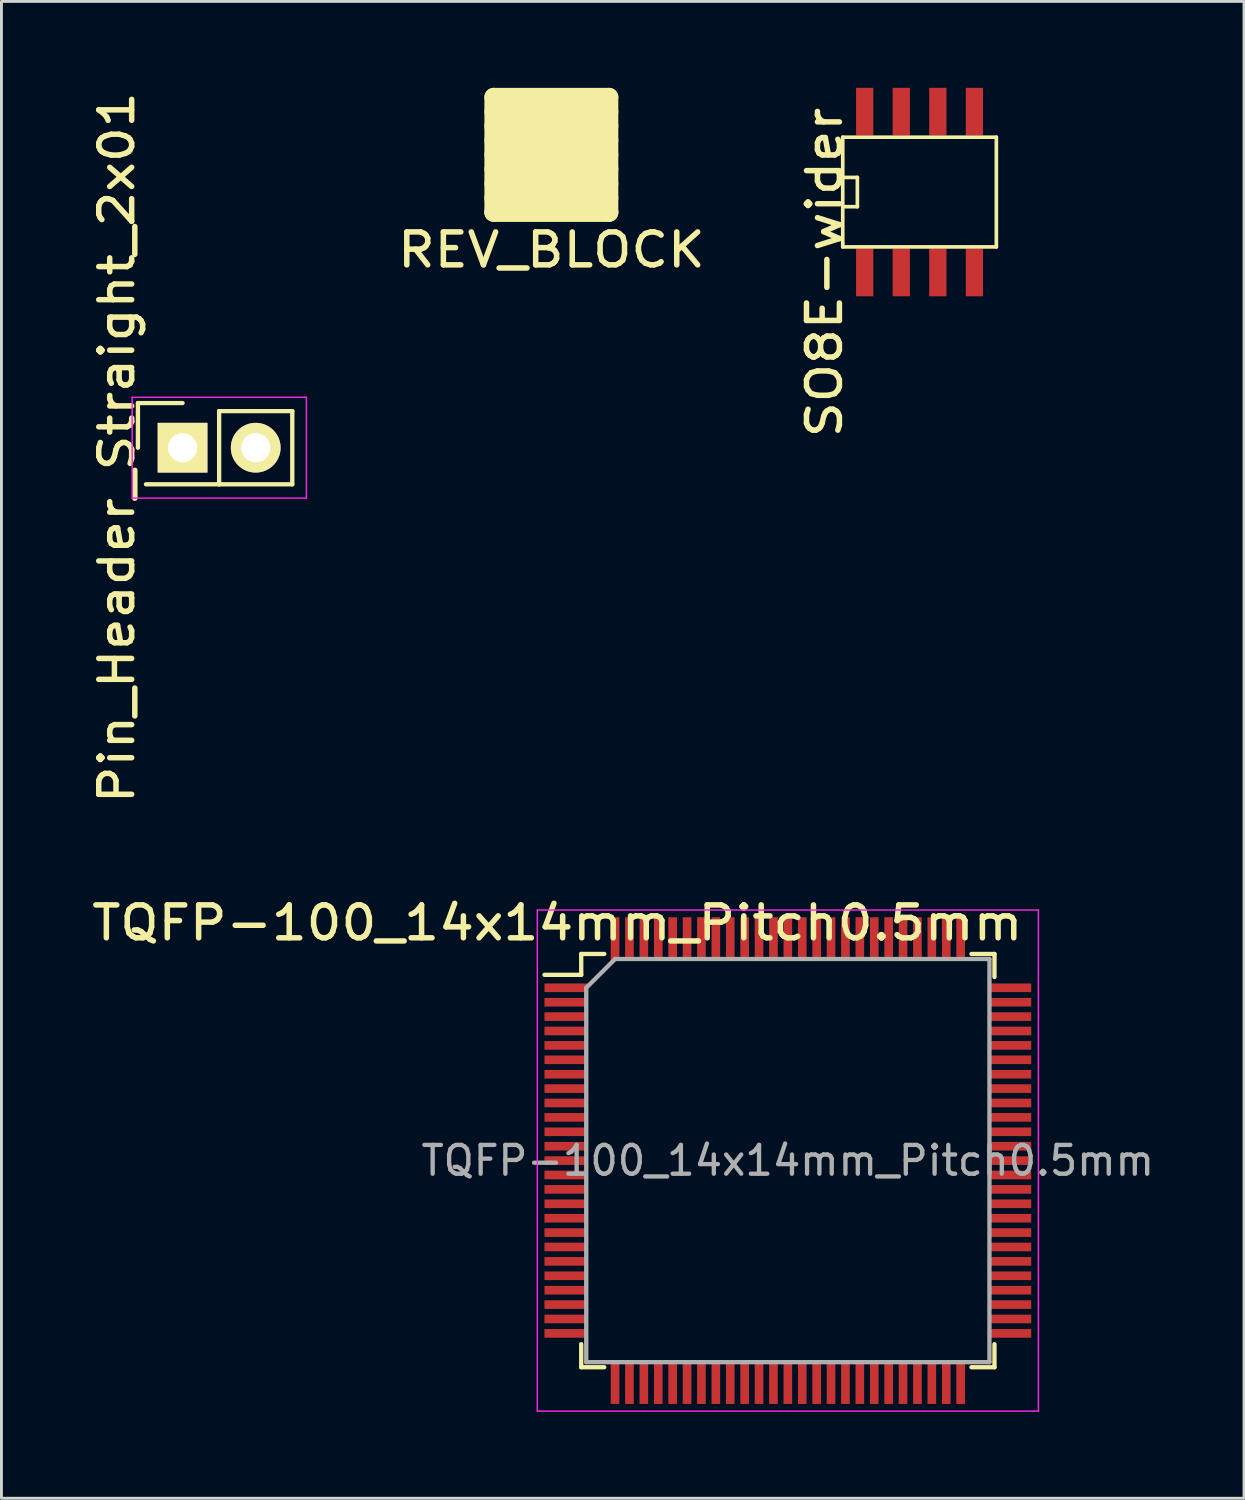
<source format=kicad_pcb>
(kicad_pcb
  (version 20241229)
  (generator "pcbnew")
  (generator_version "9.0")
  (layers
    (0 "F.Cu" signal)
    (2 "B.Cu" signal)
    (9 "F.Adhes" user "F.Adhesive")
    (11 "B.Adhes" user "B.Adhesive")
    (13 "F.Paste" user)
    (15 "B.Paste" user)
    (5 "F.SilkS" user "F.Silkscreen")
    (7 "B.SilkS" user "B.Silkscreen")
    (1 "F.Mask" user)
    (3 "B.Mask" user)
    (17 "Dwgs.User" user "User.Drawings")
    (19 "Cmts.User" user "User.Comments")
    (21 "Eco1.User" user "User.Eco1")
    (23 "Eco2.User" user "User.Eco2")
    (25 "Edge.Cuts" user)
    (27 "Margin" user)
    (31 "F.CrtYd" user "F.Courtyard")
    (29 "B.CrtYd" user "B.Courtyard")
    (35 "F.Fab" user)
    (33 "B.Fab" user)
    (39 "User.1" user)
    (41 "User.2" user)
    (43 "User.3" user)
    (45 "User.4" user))
  (footprint "REV_BLOCK"
    (layer "F.Cu")
    (at 16.095 2.325)
    (property "Reference" "REV_BLOCK" (at 0 3.302 0) (layer "F.SilkS") (effects (font (size 1.143 1.27) (thickness 0.191))))
    (attr through_hole)
    (fp_line (start -2 -2) (end 2 -2) (stroke (width 0.15) (type solid)) (layer "F.SilkS"))
    (fp_line (start -2 -2) (end 2 -2) (stroke (width 0.65) (type solid)) (layer "F.SilkS"))
    (fp_line (start -2 -1.5) (end 2 -1.5) (stroke (width 0.65) (type solid)) (layer "F.SilkS"))
    (fp_line (start -2 -1) (end 2 -1) (stroke (width 0.65) (type solid)) (layer "F.SilkS"))
    (fp_line (start -2 -0.5) (end 2 -0.5) (stroke (width 0.65) (type solid)) (layer "F.SilkS"))
    (fp_line (start -2 0) (end 2 0) (stroke (width 0.65) (type solid)) (layer "F.SilkS"))
    (fp_line (start -2 0.5) (end 2 0.5) (stroke (width 0.65) (type solid)) (layer "F.SilkS"))
    (fp_line (start -2 1) (end 2 1) (stroke (width 0.65) (type solid)) (layer "F.SilkS"))
    (fp_line (start -2 1.5) (end 2 1.5) (stroke (width 0.65) (type solid)) (layer "F.SilkS"))
    (fp_line (start -2 2) (end -2 -2) (stroke (width 0.15) (type solid)) (layer "F.SilkS"))
    (fp_line (start -2 2) (end -2 -2) (stroke (width 0.65) (type solid)) (layer "F.SilkS"))
    (fp_line (start -2 2) (end 2 2) (stroke (width 0.65) (type solid)) (layer "F.SilkS"))
    (fp_line (start 2 -2) (end 2 2) (stroke (width 0.15) (type solid)) (layer "F.SilkS"))
    (fp_line (start 2 -2) (end 2 2) (stroke (width 0.65) (type solid)) (layer "F.SilkS"))
    (fp_line (start 2 2) (end -2 2) (stroke (width 0.15) (type solid)) (layer "F.SilkS"))
    (fp_line (start 2 2) (end -2 2) (stroke (width 0.65) (type solid)) (layer "F.SilkS")))
  (footprint "SO8E-wider"
    (layer "F.Cu")
    (at 28.88 3.619)
    (property "Reference" "SO8E-wider" (at -3.302 2.794 90) (layer "F.SilkS") (effects (font (size 1.143 1.27) (thickness 0.191))))
    (attr smd)
    (fp_line (start -2.667 -1.905) (end -2.667 1.778) (stroke (width 0.127) (type solid)) (layer "F.SilkS"))
    (fp_line (start -2.667 -0.508) (end -2.159 -0.508) (stroke (width 0.127) (type solid)) (layer "F.SilkS"))
    (fp_line (start -2.667 1.778) (end -2.667 1.905) (stroke (width 0.127) (type solid)) (layer "F.SilkS"))
    (fp_line (start -2.667 1.905) (end 2.667 1.905) (stroke (width 0.127) (type solid)) (layer "F.SilkS"))
    (fp_line (start -2.159 -0.508) (end -2.159 0.508) (stroke (width 0.127) (type solid)) (layer "F.SilkS"))
    (fp_line (start -2.159 0.508) (end -2.667 0.508) (stroke (width 0.127) (type solid)) (layer "F.SilkS"))
    (fp_line (start 2.667 -1.905) (end -2.667 -1.905) (stroke (width 0.127) (type solid)) (layer "F.SilkS"))
    (fp_line (start 2.667 -1.905) (end 2.667 1.905) (stroke (width 0.127) (type solid)) (layer "F.SilkS"))
    (pad "1" smd rect (at -1.905 2.794) (size 0.599 1.651) (layers "F.Cu" "F.Mask"))
    (pad "2" smd rect (at -0.635 2.794) (size 0.599 1.651) (layers "F.Cu" "F.Mask"))
    (pad "3" smd rect (at 0.635 2.794) (size 0.599 1.651) (layers "F.Cu" "F.Mask"))
    (pad "4" smd rect (at 1.905 2.794) (size 0.599 1.651) (layers "F.Cu" "F.Mask"))
    (pad "5" smd rect (at 1.905 -2.794) (size 0.599 1.651) (layers "F.Cu" "F.Mask"))
    (pad "6" smd rect (at 0.635 -2.794) (size 0.599 1.651) (layers "F.Cu" "F.Mask"))
    (pad "7" smd rect (at -0.635 -2.794) (size 0.599 1.651) (layers "F.Cu" "F.Mask"))
    (pad "8" smd rect (at -1.905 -2.794) (size 0.599 1.651) (layers "F.Cu" "F.Mask")))
  (footprint "TQFP-100_14x14mm_Pitch0.5mm"
    (layer "F.Cu")
    (at 24.307 37.25)
    (property "Reference" "TQFP-100_14x14mm_Pitch0.5mm" (at -8.001 -8.255 0) (layer "F.SilkS") (effects (font (size 1.143 1.27) (thickness 0.191))))
    (attr smd)
    (fp_line (start -7.175 -7.175) (end -7.175 -6.45) (stroke (width 0.15) (type solid)) (layer "F.SilkS"))
    (fp_line (start -7.175 -7.175) (end -6.375 -7.175) (stroke (width 0.15) (type solid)) (layer "F.SilkS"))
    (fp_line (start -7.175 -6.45) (end -8.45 -6.45) (stroke (width 0.15) (type solid)) (layer "F.SilkS"))
    (fp_line (start -7.175 7.175) (end -7.175 6.375) (stroke (width 0.15) (type solid)) (layer "F.SilkS"))
    (fp_line (start -7.175 7.175) (end -6.375 7.175) (stroke (width 0.15) (type solid)) (layer "F.SilkS"))
    (fp_line (start 7.175 -7.175) (end 6.375 -7.175) (stroke (width 0.15) (type solid)) (layer "F.SilkS"))
    (fp_line (start 7.175 -7.175) (end 7.175 -6.375) (stroke (width 0.15) (type solid)) (layer "F.SilkS"))
    (fp_line (start 7.175 7.175) (end 6.375 7.175) (stroke (width 0.15) (type solid)) (layer "F.SilkS"))
    (fp_line (start 7.175 7.175) (end 7.175 6.375) (stroke (width 0.15) (type solid)) (layer "F.SilkS"))
    (fp_line (start -8.7 -8.7) (end -8.7 8.7) (stroke (width 0.05) (type solid)) (layer "F.CrtYd"))
    (fp_line (start -8.7 -8.7) (end 8.7 -8.7) (stroke (width 0.05) (type solid)) (layer "F.CrtYd"))
    (fp_line (start -8.7 8.7) (end 8.7 8.7) (stroke (width 0.05) (type solid)) (layer "F.CrtYd"))
    (fp_line (start 8.7 -8.7) (end 8.7 8.7) (stroke (width 0.05) (type solid)) (layer "F.CrtYd"))
    (fp_line (start -7 -6) (end -6 -7) (stroke (width 0.15) (type solid)) (layer "F.Fab"))
    (fp_line (start -7 7) (end -7 -6) (stroke (width 0.15) (type solid)) (layer "F.Fab"))
    (fp_line (start -6 -7) (end 7 -7) (stroke (width 0.15) (type solid)) (layer "F.Fab"))
    (fp_line (start 7 -7) (end 7 7) (stroke (width 0.15) (type solid)) (layer "F.Fab"))
    (fp_line (start 7 7) (end -7 7) (stroke (width 0.15) (type solid)) (layer "F.Fab"))
    (fp_text user "${REFERENCE}" (at 0 0 0) (layer "F.Fab") (effects (font (size 1 1) (thickness 0.15))))
    (pad "1" smd rect (at -7.7 -6) (size 1.5 0.3) (layers "F.Cu" "F.Mask"))
    (pad "2" smd rect (at -7.7 -5.5) (size 1.5 0.3) (layers "F.Cu" "F.Mask"))
    (pad "3" smd rect (at -7.7 -5) (size 1.5 0.3) (layers "F.Cu" "F.Mask"))
    (pad "4" smd rect (at -7.7 -4.5) (size 1.5 0.3) (layers "F.Cu" "F.Mask"))
    (pad "5" smd rect (at -7.7 -4) (size 1.5 0.3) (layers "F.Cu" "F.Mask"))
    (pad "6" smd rect (at -7.7 -3.5) (size 1.5 0.3) (layers "F.Cu" "F.Mask"))
    (pad "7" smd rect (at -7.7 -3) (size 1.5 0.3) (layers "F.Cu" "F.Mask"))
    (pad "8" smd rect (at -7.7 -2.5) (size 1.5 0.3) (layers "F.Cu" "F.Mask"))
    (pad "9" smd rect (at -7.7 -2) (size 1.5 0.3) (layers "F.Cu" "F.Mask"))
    (pad "10" smd rect (at -7.7 -1.5) (size 1.5 0.3) (layers "F.Cu" "F.Mask"))
    (pad "11" smd rect (at -7.7 -1) (size 1.5 0.3) (layers "F.Cu" "F.Mask"))
    (pad "12" smd rect (at -7.7 -0.5) (size 1.5 0.3) (layers "F.Cu" "F.Mask"))
    (pad "13" smd rect (at -7.7 0) (size 1.5 0.3) (layers "F.Cu" "F.Mask"))
    (pad "14" smd rect (at -7.7 0.5) (size 1.5 0.3) (layers "F.Cu" "F.Mask"))
    (pad "15" smd rect (at -7.7 1) (size 1.5 0.3) (layers "F.Cu" "F.Mask"))
    (pad "16" smd rect (at -7.7 1.5) (size 1.5 0.3) (layers "F.Cu" "F.Mask"))
    (pad "17" smd rect (at -7.7 2) (size 1.5 0.3) (layers "F.Cu" "F.Mask"))
    (pad "18" smd rect (at -7.7 2.5) (size 1.5 0.3) (layers "F.Cu" "F.Mask"))
    (pad "19" smd rect (at -7.7 3) (size 1.5 0.3) (layers "F.Cu" "F.Mask"))
    (pad "20" smd rect (at -7.7 3.5) (size 1.5 0.3) (layers "F.Cu" "F.Mask"))
    (pad "21" smd rect (at -7.7 4) (size 1.5 0.3) (layers "F.Cu" "F.Mask"))
    (pad "22" smd rect (at -7.7 4.5) (size 1.5 0.3) (layers "F.Cu" "F.Mask"))
    (pad "23" smd rect (at -7.7 5) (size 1.5 0.3) (layers "F.Cu" "F.Mask"))
    (pad "24" smd rect (at -7.7 5.5) (size 1.5 0.3) (layers "F.Cu" "F.Mask"))
    (pad "25" smd rect (at -7.7 6) (size 1.5 0.3) (layers "F.Cu" "F.Mask"))
    (pad "26" smd rect (at -6 7.7 90) (size 1.5 0.3) (layers "F.Cu" "F.Mask"))
    (pad "27" smd rect (at -5.5 7.7 90) (size 1.5 0.3) (layers "F.Cu" "F.Mask"))
    (pad "28" smd rect (at -5 7.7 90) (size 1.5 0.3) (layers "F.Cu" "F.Mask"))
    (pad "29" smd rect (at -4.5 7.7 90) (size 1.5 0.3) (layers "F.Cu" "F.Mask"))
    (pad "30" smd rect (at -4 7.7 90) (size 1.5 0.3) (layers "F.Cu" "F.Mask"))
    (pad "31" smd rect (at -3.5 7.7 90) (size 1.5 0.3) (layers "F.Cu" "F.Mask"))
    (pad "32" smd rect (at -3 7.7 90) (size 1.5 0.3) (layers "F.Cu" "F.Mask"))
    (pad "33" smd rect (at -2.5 7.7 90) (size 1.5 0.3) (layers "F.Cu" "F.Mask"))
    (pad "34" smd rect (at -2 7.7 90) (size 1.5 0.3) (layers "F.Cu" "F.Mask"))
    (pad "35" smd rect (at -1.5 7.7 90) (size 1.5 0.3) (layers "F.Cu" "F.Mask"))
    (pad "36" smd rect (at -1 7.7 90) (size 1.5 0.3) (layers "F.Cu" "F.Mask"))
    (pad "37" smd rect (at -0.5 7.7 90) (size 1.5 0.3) (layers "F.Cu" "F.Mask"))
    (pad "38" smd rect (at 0 7.7 90) (size 1.5 0.3) (layers "F.Cu" "F.Mask"))
    (pad "39" smd rect (at 0.5 7.7 90) (size 1.5 0.3) (layers "F.Cu" "F.Mask"))
    (pad "40" smd rect (at 1 7.7 90) (size 1.5 0.3) (layers "F.Cu" "F.Mask"))
    (pad "41" smd rect (at 1.5 7.7 90) (size 1.5 0.3) (layers "F.Cu" "F.Mask"))
    (pad "42" smd rect (at 2 7.7 90) (size 1.5 0.3) (layers "F.Cu" "F.Mask"))
    (pad "43" smd rect (at 2.5 7.7 90) (size 1.5 0.3) (layers "F.Cu" "F.Mask"))
    (pad "44" smd rect (at 3 7.7 90) (size 1.5 0.3) (layers "F.Cu" "F.Mask"))
    (pad "45" smd rect (at 3.5 7.7 90) (size 1.5 0.3) (layers "F.Cu" "F.Mask"))
    (pad "46" smd rect (at 4 7.7 90) (size 1.5 0.3) (layers "F.Cu" "F.Mask"))
    (pad "47" smd rect (at 4.5 7.7 90) (size 1.5 0.3) (layers "F.Cu" "F.Mask"))
    (pad "48" smd rect (at 5 7.7 90) (size 1.5 0.3) (layers "F.Cu" "F.Mask"))
    (pad "49" smd rect (at 5.5 7.7 90) (size 1.5 0.3) (layers "F.Cu" "F.Mask"))
    (pad "50" smd rect (at 6 7.7 90) (size 1.5 0.3) (layers "F.Cu" "F.Mask"))
    (pad "51" smd rect (at 7.7 6) (size 1.5 0.3) (layers "F.Cu" "F.Mask"))
    (pad "52" smd rect (at 7.7 5.5) (size 1.5 0.3) (layers "F.Cu" "F.Mask"))
    (pad "53" smd rect (at 7.7 5) (size 1.5 0.3) (layers "F.Cu" "F.Mask"))
    (pad "54" smd rect (at 7.7 4.5) (size 1.5 0.3) (layers "F.Cu" "F.Mask"))
    (pad "55" smd rect (at 7.7 4) (size 1.5 0.3) (layers "F.Cu" "F.Mask"))
    (pad "56" smd rect (at 7.7 3.5) (size 1.5 0.3) (layers "F.Cu" "F.Mask"))
    (pad "57" smd rect (at 7.7 3) (size 1.5 0.3) (layers "F.Cu" "F.Mask"))
    (pad "58" smd rect (at 7.7 2.5) (size 1.5 0.3) (layers "F.Cu" "F.Mask"))
    (pad "59" smd rect (at 7.7 2) (size 1.5 0.3) (layers "F.Cu" "F.Mask"))
    (pad "60" smd rect (at 7.7 1.5) (size 1.5 0.3) (layers "F.Cu" "F.Mask"))
    (pad "61" smd rect (at 7.7 1) (size 1.5 0.3) (layers "F.Cu" "F.Mask"))
    (pad "62" smd rect (at 7.7 0.5) (size 1.5 0.3) (layers "F.Cu" "F.Mask"))
    (pad "63" smd rect (at 7.7 0) (size 1.5 0.3) (layers "F.Cu" "F.Mask"))
    (pad "64" smd rect (at 7.7 -0.5) (size 1.5 0.3) (layers "F.Cu" "F.Mask"))
    (pad "65" smd rect (at 7.7 -1) (size 1.5 0.3) (layers "F.Cu" "F.Mask"))
    (pad "66" smd rect (at 7.7 -1.5) (size 1.5 0.3) (layers "F.Cu" "F.Mask"))
    (pad "67" smd rect (at 7.7 -2) (size 1.5 0.3) (layers "F.Cu" "F.Mask"))
    (pad "68" smd rect (at 7.7 -2.5) (size 1.5 0.3) (layers "F.Cu" "F.Mask"))
    (pad "69" smd rect (at 7.7 -3) (size 1.5 0.3) (layers "F.Cu" "F.Mask"))
    (pad "70" smd rect (at 7.7 -3.5) (size 1.5 0.3) (layers "F.Cu" "F.Mask"))
    (pad "71" smd rect (at 7.7 -4) (size 1.5 0.3) (layers "F.Cu" "F.Mask"))
    (pad "72" smd rect (at 7.7 -4.5) (size 1.5 0.3) (layers "F.Cu" "F.Mask"))
    (pad "73" smd rect (at 7.7 -5) (size 1.5 0.3) (layers "F.Cu" "F.Mask"))
    (pad "74" smd rect (at 7.7 -5.5) (size 1.5 0.3) (layers "F.Cu" "F.Mask"))
    (pad "75" smd rect (at 7.7 -6) (size 1.5 0.3) (layers "F.Cu" "F.Mask"))
    (pad "76" smd rect (at 6 -7.7 90) (size 1.5 0.3) (layers "F.Cu" "F.Mask"))
    (pad "77" smd rect (at 5.5 -7.7 90) (size 1.5 0.3) (layers "F.Cu" "F.Mask"))
    (pad "78" smd rect (at 5 -7.7 90) (size 1.5 0.3) (layers "F.Cu" "F.Mask"))
    (pad "79" smd rect (at 4.5 -7.7 90) (size 1.5 0.3) (layers "F.Cu" "F.Mask"))
    (pad "80" smd rect (at 4 -7.7 90) (size 1.5 0.3) (layers "F.Cu" "F.Mask"))
    (pad "81" smd rect (at 3.5 -7.7 90) (size 1.5 0.3) (layers "F.Cu" "F.Mask"))
    (pad "82" smd rect (at 3 -7.7 90) (size 1.5 0.3) (layers "F.Cu" "F.Mask"))
    (pad "83" smd rect (at 2.5 -7.7 90) (size 1.5 0.3) (layers "F.Cu" "F.Mask"))
    (pad "84" smd rect (at 2 -7.7 90) (size 1.5 0.3) (layers "F.Cu" "F.Mask"))
    (pad "85" smd rect (at 1.5 -7.7 90) (size 1.5 0.3) (layers "F.Cu" "F.Mask"))
    (pad "86" smd rect (at 1 -7.7 90) (size 1.5 0.3) (layers "F.Cu" "F.Mask"))
    (pad "87" smd rect (at 0.5 -7.7 90) (size 1.5 0.3) (layers "F.Cu" "F.Mask"))
    (pad "88" smd rect (at 0 -7.7 90) (size 1.5 0.3) (layers "F.Cu" "F.Mask"))
    (pad "89" smd rect (at -0.5 -7.7 90) (size 1.5 0.3) (layers "F.Cu" "F.Mask"))
    (pad "90" smd rect (at -1 -7.7 90) (size 1.5 0.3) (layers "F.Cu" "F.Mask"))
    (pad "91" smd rect (at -1.5 -7.7 90) (size 1.5 0.3) (layers "F.Cu" "F.Mask"))
    (pad "92" smd rect (at -2 -7.7 90) (size 1.5 0.3) (layers "F.Cu" "F.Mask"))
    (pad "93" smd rect (at -2.5 -7.7 90) (size 1.5 0.3) (layers "F.Cu" "F.Mask"))
    (pad "94" smd rect (at -3 -7.7 90) (size 1.5 0.3) (layers "F.Cu" "F.Mask"))
    (pad "95" smd rect (at -3.5 -7.7 90) (size 1.5 0.3) (layers "F.Cu" "F.Mask"))
    (pad "96" smd rect (at -4 -7.7 90) (size 1.5 0.3) (layers "F.Cu" "F.Mask"))
    (pad "97" smd rect (at -4.5 -7.7 90) (size 1.5 0.3) (layers "F.Cu" "F.Mask"))
    (pad "98" smd rect (at -5 -7.7 90) (size 1.5 0.3) (layers "F.Cu" "F.Mask"))
    (pad "99" smd rect (at -5.5 -7.7 90) (size 1.5 0.3) (layers "F.Cu" "F.Mask"))
    (pad "100" smd rect (at -6 -7.7 90) (size 1.5 0.3) (layers "F.Cu" "F.Mask")))
  (footprint "Pin_Header_Straight_2x01"
    (layer "F.Cu")
    (at 3.289 12.496)
    (property "Reference" "Pin_Header_Straight_2x01" (at -2.286 0 90) (layer "F.SilkS") (effects (font (size 1.143 1.27) (thickness 0.191))))
    (attr through_hole)
    (fp_line (start -1.55 0) (end -1.55 -1.55) (stroke (width 0.15) (type solid)) (layer "F.SilkS"))
    (fp_line (start -1.27 1.27) (end 1.27 1.27) (stroke (width 0.15) (type solid)) (layer "F.SilkS"))
    (fp_line (start 0 -1.55) (end -1.55 -1.55) (stroke (width 0.15) (type solid)) (layer "F.SilkS"))
    (fp_line (start 1.27 -1.27) (end 1.27 1.27) (stroke (width 0.15) (type solid)) (layer "F.SilkS"))
    (fp_line (start 1.27 1.27) (end 3.81 1.27) (stroke (width 0.15) (type solid)) (layer "F.SilkS"))
    (fp_line (start 3.81 -1.27) (end 1.27 -1.27) (stroke (width 0.15) (type solid)) (layer "F.SilkS"))
    (fp_line (start 3.81 1.27) (end 3.81 -1.27) (stroke (width 0.15) (type solid)) (layer "F.SilkS"))
    (fp_line (start -1.75 -1.75) (end -1.75 1.75) (stroke (width 0.05) (type solid)) (layer "F.CrtYd"))
    (fp_line (start -1.75 -1.75) (end 4.3 -1.75) (stroke (width 0.05) (type solid)) (layer "F.CrtYd"))
    (fp_line (start -1.75 1.75) (end 4.3 1.75) (stroke (width 0.05) (type solid)) (layer "F.CrtYd"))
    (fp_line (start 4.3 -1.75) (end 4.3 1.75) (stroke (width 0.05) (type solid)) (layer "F.CrtYd"))
    (pad "1" thru_hole rect (at 0 0) (size 1.727 1.727) (drill 1.016) (layers "*.Cu" "*.Mask" "F.SilkS"))
    (pad "2" thru_hole oval (at 2.54 0) (size 1.727 1.727) (drill 1.016) (layers "*.Cu" "*.Mask" "F.SilkS")))
  (gr_rect
    (start -3 -3)
    (end 40.146 48.975)
    (stroke (width 0.1) (type default))
    (fill no)
    (layer "Edge.Cuts")))
</source>
